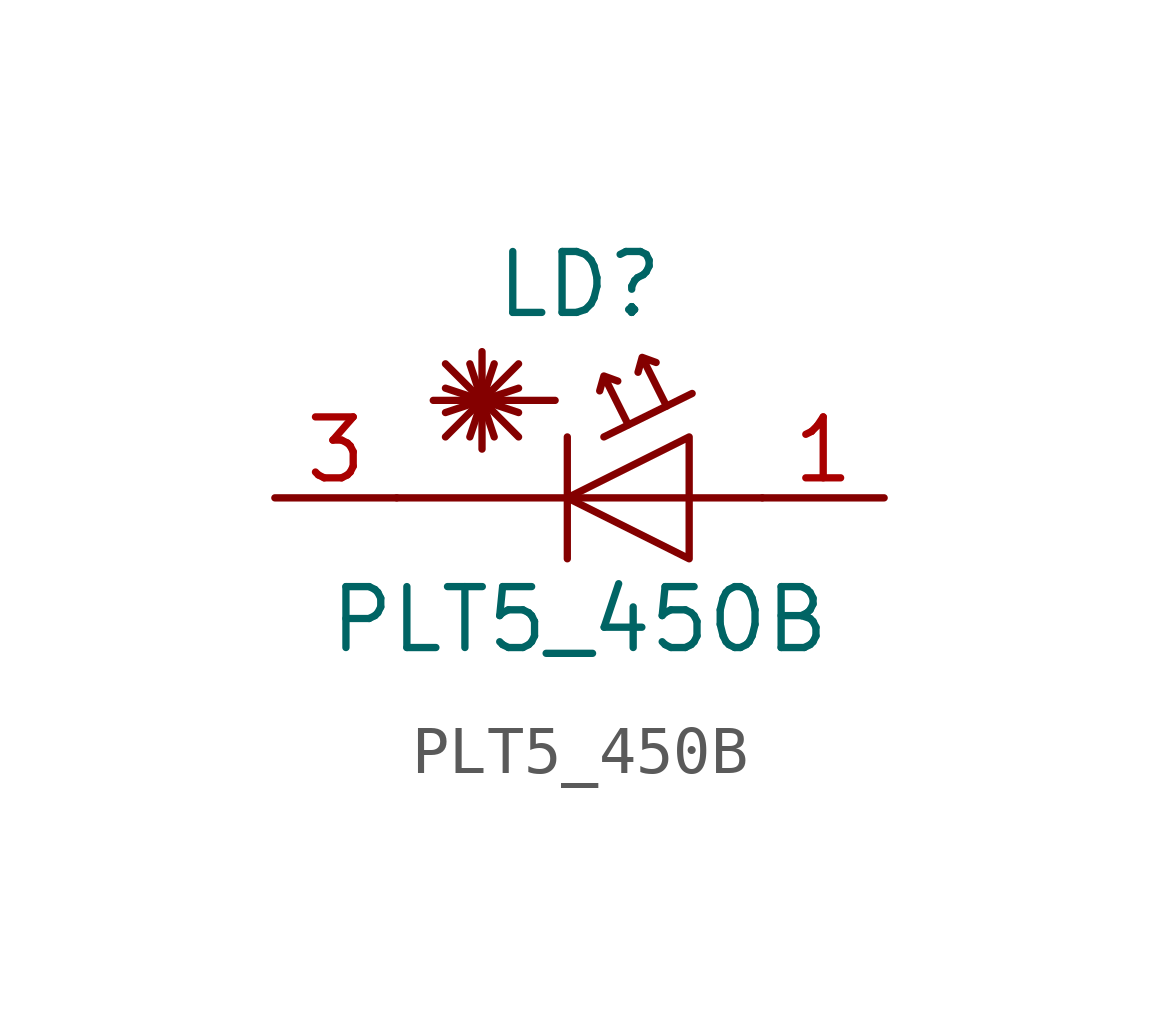
<source format=kicad_sym>
(kicad_symbol_lib
  (version 20241209)
  (generator "kicad_symbol_editor")
  (generator_version "9.0")
  (symbol "PLT5_450B"
    (pin_names
      (offset 1.016)
      (hide yes))
    (property "Reference" "LD"
      (at -1.27 4.445 0)
      (effects (font (size 1.27 1.27))))
    (property "Value" "PLT5_450B"
      (at -1.27 -2.54 0)
      (effects (font (size 1.27 1.27))))
    (symbol "PLT5_450B_0_1"
      (polyline (pts (xy -4.064 2.794) (xy -2.54 1.27)) (stroke (width 0) (type default)) (fill (type none)))
      (polyline (pts (xy -4.064 2.286) (xy -2.54 1.778)) (stroke (width 0) (type default)) (fill (type none)))
      (polyline (pts (xy -4.064 1.778) (xy -2.54 2.286)) (stroke (width 0) (type default)) (fill (type none)))
      (polyline (pts (xy -4.064 1.27) (xy -2.54 2.794)) (stroke (width 0) (type default)) (fill (type none)))
      (polyline (pts (xy -3.556 2.794) (xy -3.048 1.27)) (stroke (width 0) (type default)) (fill (type none)))
      (polyline (pts (xy -3.302 2.032) (xy -3.302 3.048)) (stroke (width 0) (type default)) (fill (type none)))
      (polyline (pts (xy -3.302 2.032) (xy -3.302 1.016)) (stroke (width 0) (type default)) (fill (type none)))
      (polyline (pts (xy -3.048 2.794) (xy -3.556 1.27)) (stroke (width 0) (type default)) (fill (type none)))
      (polyline (pts (xy -1.778 2.032) (xy -4.318 2.032)) (stroke (width 0) (type default)) (fill (type none)))
      (polyline (pts (xy -1.524 1.27) (xy -1.524 -1.27)) (stroke (width 0.152) (type default)) (fill (type none)))
      (polyline (pts (xy -0.254 1.524) (xy -0.762 2.54) (xy -0.472 2.434) (xy -0.762 2.54) (xy -0.849 2.23)) (stroke (width 0) (type default)) (fill (type none)))
      (polyline (pts (xy 0.544 1.912) (xy 0.036 2.928) (xy 0.327 2.822) (xy 0.036 2.928) (xy -0.05 2.618)) (stroke (width 0) (type default)) (fill (type none)))
      (polyline (pts (xy 2.54 0) (xy -5.08 0)) (stroke (width 0) (type default)) (fill (type none))))
    (symbol "PLT5_450B_1_1"
      (polyline (pts (xy 1.016 -1.27) (xy 1.016 1.27) (xy -1.524 0) (xy 1.016 -1.27)) (stroke (width 0) (type default)) (fill (type none)))
      (polyline (pts (xy 1.078 2.176) (xy -0.762 1.27) (xy -0.762 1.27)) (stroke (width 0) (type default)) (fill (type none)))
      (pin passive line (at -7.62 0 0) (length 2.54) (name "C" (effects (font (size 1.27 1.27)))) (number "3" (effects (font (size 1.27 1.27)))))
      (pin no_connect line (at -1.27 0 0) (length 2.54) (hide yes) (name "NC" (effects (font (size 1.27 1.27)))) (number "2" (effects (font (size 1.27 1.27)))))
      (pin passive line (at 5.08 0 180) (length 2.54) (name "A" (effects (font (size 1.27 1.27)))) (number "1" (effects (font (size 1.27 1.27))))))))
</source>
